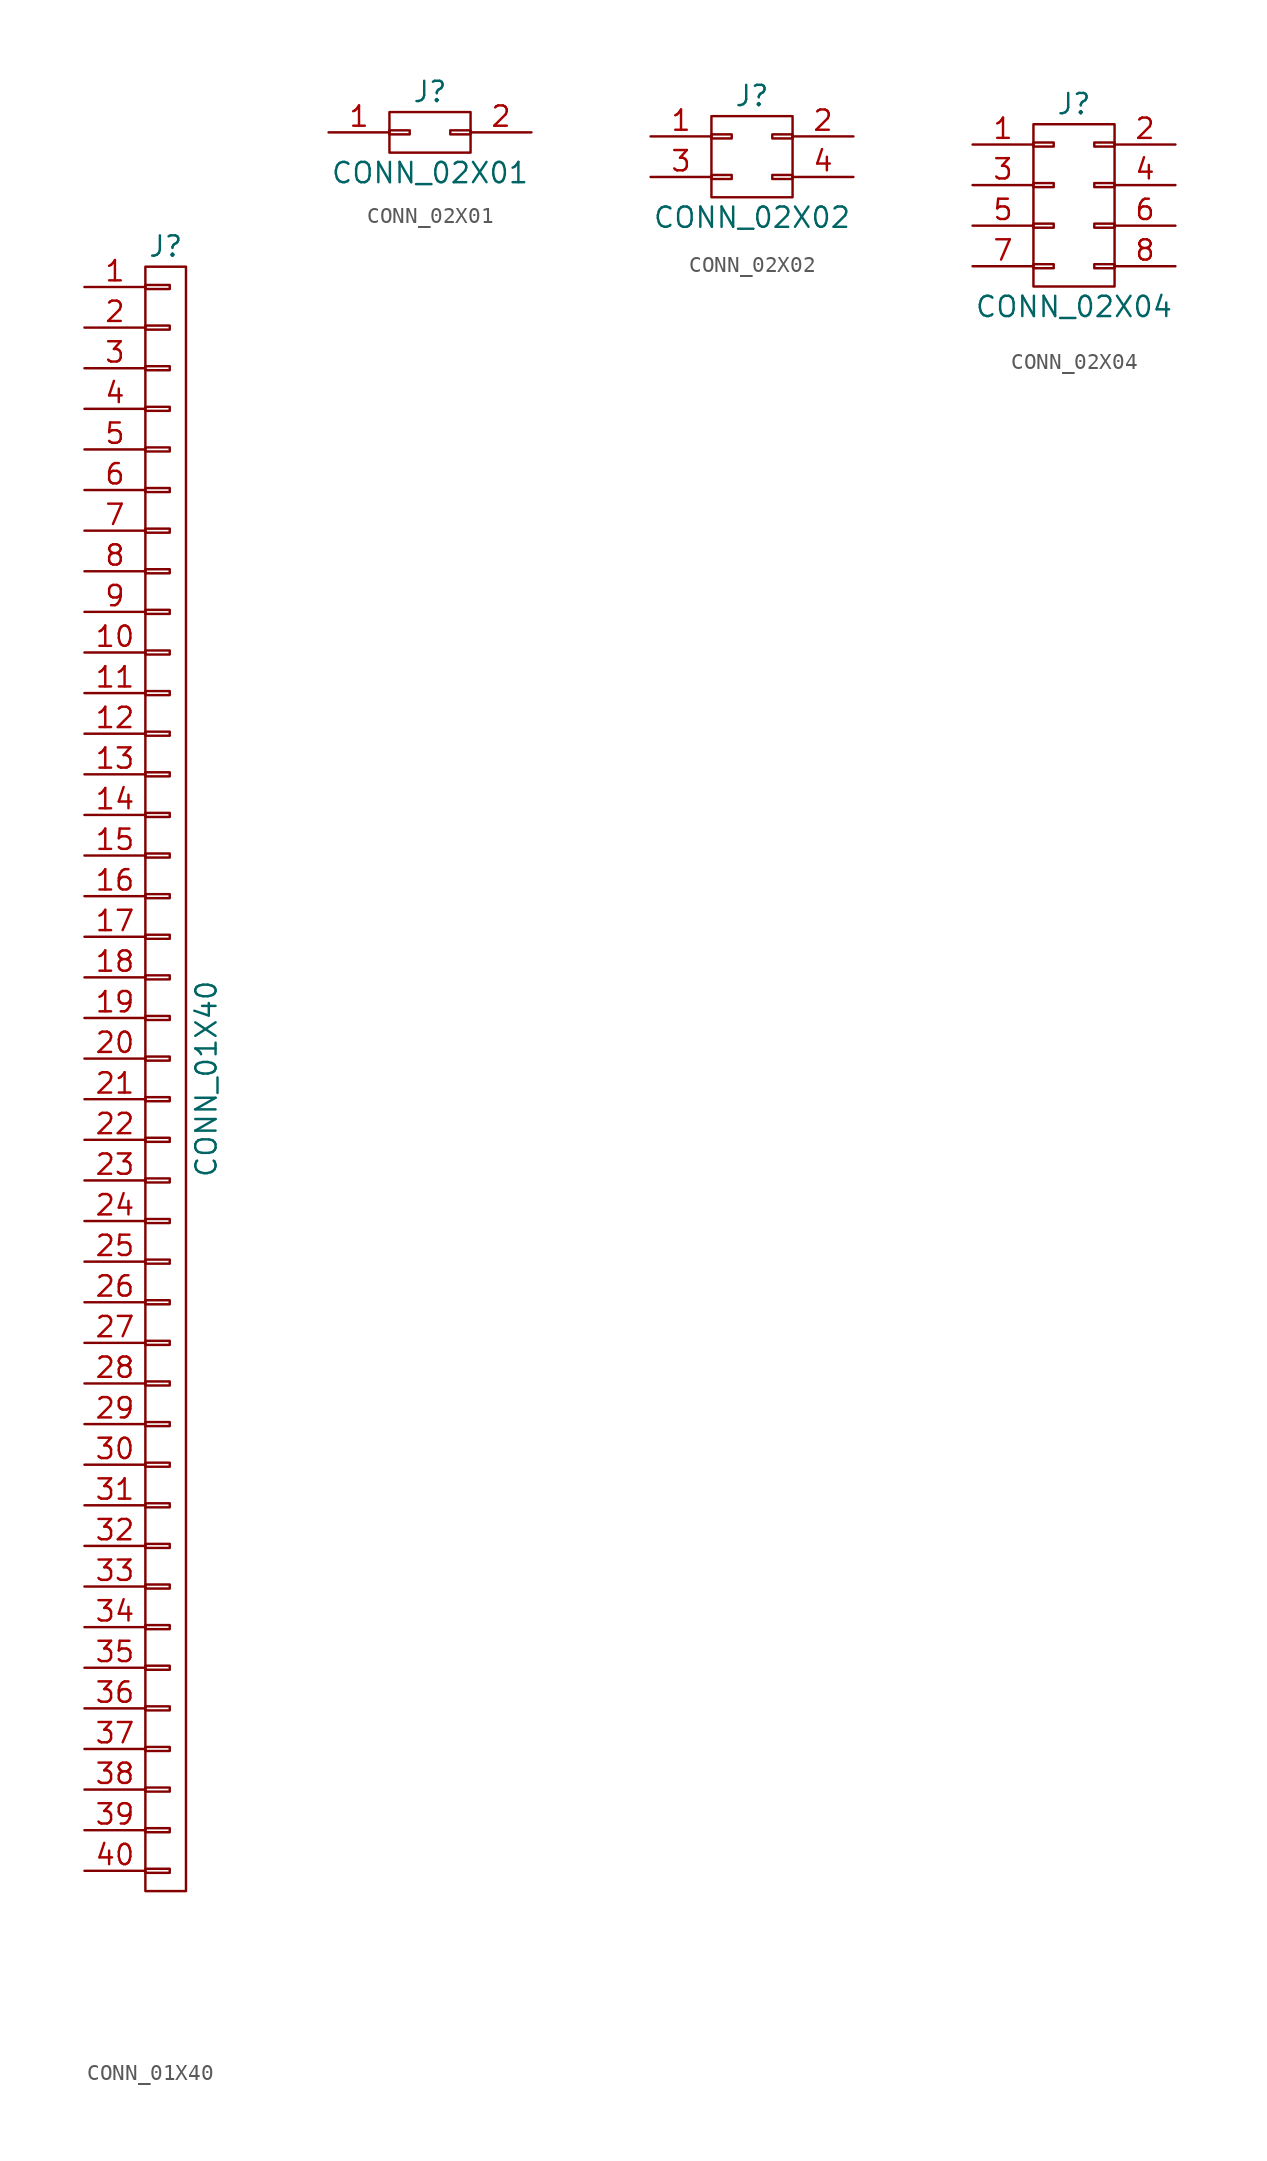
<source format=kicad_sym>
(kicad_symbol_lib
  (version 20211014)
  (generator kicad_symbol_editor)
  (symbol "CONN_01X40"
    (pin_names
      (offset 1.016) hide)
    (property "Reference" "J"
      (at 0 52.07 0)
      (effects (font (size 1.27 1.27))))
    (property "Value" "CONN_01X40"
      (at 2.54 0 90)
      (effects (font (size 1.27 1.27))))
    (symbol "CONN_01X40_0_1"
      (rectangle (start -1.27 -49.403) (end 0.254 -49.657) (stroke (width 0) (type default) (color 0 0 0 0)) (fill (type none)))
      (rectangle (start -1.27 -46.863) (end 0.254 -47.117) (stroke (width 0) (type default) (color 0 0 0 0)) (fill (type none)))
      (rectangle (start -1.27 -44.323) (end 0.254 -44.577) (stroke (width 0) (type default) (color 0 0 0 0)) (fill (type none)))
      (rectangle (start -1.27 -41.783) (end 0.254 -42.037) (stroke (width 0) (type default) (color 0 0 0 0)) (fill (type none)))
      (rectangle (start -1.27 -39.243) (end 0.254 -39.497) (stroke (width 0) (type default) (color 0 0 0 0)) (fill (type none)))
      (rectangle (start -1.27 -36.703) (end 0.254 -36.957) (stroke (width 0) (type default) (color 0 0 0 0)) (fill (type none)))
      (rectangle (start -1.27 -34.163) (end 0.254 -34.417) (stroke (width 0) (type default) (color 0 0 0 0)) (fill (type none)))
      (rectangle (start -1.27 -31.623) (end 0.254 -31.877) (stroke (width 0) (type default) (color 0 0 0 0)) (fill (type none)))
      (rectangle (start -1.27 -29.083) (end 0.254 -29.337) (stroke (width 0) (type default) (color 0 0 0 0)) (fill (type none)))
      (rectangle (start -1.27 -26.543) (end 0.254 -26.797) (stroke (width 0) (type default) (color 0 0 0 0)) (fill (type none)))
      (rectangle (start -1.27 -24.003) (end 0.254 -24.257) (stroke (width 0) (type default) (color 0 0 0 0)) (fill (type none)))
      (rectangle (start -1.27 -21.463) (end 0.254 -21.717) (stroke (width 0) (type default) (color 0 0 0 0)) (fill (type none)))
      (rectangle (start -1.27 -18.923) (end 0.254 -19.177) (stroke (width 0) (type default) (color 0 0 0 0)) (fill (type none)))
      (rectangle (start -1.27 -16.383) (end 0.254 -16.637) (stroke (width 0) (type default) (color 0 0 0 0)) (fill (type none)))
      (rectangle (start -1.27 -13.843) (end 0.254 -14.097) (stroke (width 0) (type default) (color 0 0 0 0)) (fill (type none)))
      (rectangle (start -1.27 -11.303) (end 0.254 -11.557) (stroke (width 0) (type default) (color 0 0 0 0)) (fill (type none)))
      (rectangle (start -1.27 -8.763) (end 0.254 -9.017) (stroke (width 0) (type default) (color 0 0 0 0)) (fill (type none)))
      (rectangle (start -1.27 -6.223) (end 0.254 -6.477) (stroke (width 0) (type default) (color 0 0 0 0)) (fill (type none)))
      (rectangle (start -1.27 -3.683) (end 0.254 -3.937) (stroke (width 0) (type default) (color 0 0 0 0)) (fill (type none)))
      (rectangle (start -1.27 -1.143) (end 0.254 -1.397) (stroke (width 0) (type default) (color 0 0 0 0)) (fill (type none)))
      (rectangle (start -1.27 1.397) (end 0.254 1.143) (stroke (width 0) (type default) (color 0 0 0 0)) (fill (type none)))
      (rectangle (start -1.27 3.937) (end 0.254 3.683) (stroke (width 0) (type default) (color 0 0 0 0)) (fill (type none)))
      (rectangle (start -1.27 6.477) (end 0.254 6.223) (stroke (width 0) (type default) (color 0 0 0 0)) (fill (type none)))
      (rectangle (start -1.27 9.017) (end 0.254 8.763) (stroke (width 0) (type default) (color 0 0 0 0)) (fill (type none)))
      (rectangle (start -1.27 11.557) (end 0.254 11.303) (stroke (width 0) (type default) (color 0 0 0 0)) (fill (type none)))
      (rectangle (start -1.27 14.097) (end 0.254 13.843) (stroke (width 0) (type default) (color 0 0 0 0)) (fill (type none)))
      (rectangle (start -1.27 16.637) (end 0.254 16.383) (stroke (width 0) (type default) (color 0 0 0 0)) (fill (type none)))
      (rectangle (start -1.27 19.177) (end 0.254 18.923) (stroke (width 0) (type default) (color 0 0 0 0)) (fill (type none)))
      (rectangle (start -1.27 21.717) (end 0.254 21.463) (stroke (width 0) (type default) (color 0 0 0 0)) (fill (type none)))
      (rectangle (start -1.27 24.257) (end 0.254 24.003) (stroke (width 0) (type default) (color 0 0 0 0)) (fill (type none)))
      (rectangle (start -1.27 26.797) (end 0.254 26.543) (stroke (width 0) (type default) (color 0 0 0 0)) (fill (type none)))
      (rectangle (start -1.27 29.337) (end 0.254 29.083) (stroke (width 0) (type default) (color 0 0 0 0)) (fill (type none)))
      (rectangle (start -1.27 31.877) (end 0.254 31.623) (stroke (width 0) (type default) (color 0 0 0 0)) (fill (type none)))
      (rectangle (start -1.27 34.417) (end 0.254 34.163) (stroke (width 0) (type default) (color 0 0 0 0)) (fill (type none)))
      (rectangle (start -1.27 36.957) (end 0.254 36.703) (stroke (width 0) (type default) (color 0 0 0 0)) (fill (type none)))
      (rectangle (start -1.27 39.497) (end 0.254 39.243) (stroke (width 0) (type default) (color 0 0 0 0)) (fill (type none)))
      (rectangle (start -1.27 42.037) (end 0.254 41.783) (stroke (width 0) (type default) (color 0 0 0 0)) (fill (type none)))
      (rectangle (start -1.27 44.577) (end 0.254 44.323) (stroke (width 0) (type default) (color 0 0 0 0)) (fill (type none)))
      (rectangle (start -1.27 47.117) (end 0.254 46.863) (stroke (width 0) (type default) (color 0 0 0 0)) (fill (type none)))
      (rectangle (start -1.27 49.657) (end 0.254 49.403) (stroke (width 0) (type default) (color 0 0 0 0)) (fill (type none)))
      (rectangle (start -1.27 50.8) (end 1.27 -50.8) (stroke (width 0) (type default) (color 0 0 0 0)) (fill (type none))))
    (symbol "CONN_01X40_1_1"
      (pin passive line (at -5.08 49.53 0) (length 3.81) (name "P1" (effects (font (size 1.27 1.27)))) (number "1" (effects (font (size 1.27 1.27)))))
      (pin passive line (at -5.08 26.67 0) (length 3.81) (name "P10" (effects (font (size 1.27 1.27)))) (number "10" (effects (font (size 1.27 1.27)))))
      (pin passive line (at -5.08 24.13 0) (length 3.81) (name "P11" (effects (font (size 1.27 1.27)))) (number "11" (effects (font (size 1.27 1.27)))))
      (pin passive line (at -5.08 21.59 0) (length 3.81) (name "P12" (effects (font (size 1.27 1.27)))) (number "12" (effects (font (size 1.27 1.27)))))
      (pin passive line (at -5.08 19.05 0) (length 3.81) (name "P13" (effects (font (size 1.27 1.27)))) (number "13" (effects (font (size 1.27 1.27)))))
      (pin passive line (at -5.08 16.51 0) (length 3.81) (name "P14" (effects (font (size 1.27 1.27)))) (number "14" (effects (font (size 1.27 1.27)))))
      (pin passive line (at -5.08 13.97 0) (length 3.81) (name "P15" (effects (font (size 1.27 1.27)))) (number "15" (effects (font (size 1.27 1.27)))))
      (pin passive line (at -5.08 11.43 0) (length 3.81) (name "P16" (effects (font (size 1.27 1.27)))) (number "16" (effects (font (size 1.27 1.27)))))
      (pin passive line (at -5.08 8.89 0) (length 3.81) (name "P17" (effects (font (size 1.27 1.27)))) (number "17" (effects (font (size 1.27 1.27)))))
      (pin passive line (at -5.08 6.35 0) (length 3.81) (name "P18" (effects (font (size 1.27 1.27)))) (number "18" (effects (font (size 1.27 1.27)))))
      (pin passive line (at -5.08 3.81 0) (length 3.81) (name "P19" (effects (font (size 1.27 1.27)))) (number "19" (effects (font (size 1.27 1.27)))))
      (pin passive line (at -5.08 46.99 0) (length 3.81) (name "P2" (effects (font (size 1.27 1.27)))) (number "2" (effects (font (size 1.27 1.27)))))
      (pin passive line (at -5.08 1.27 0) (length 3.81) (name "P20" (effects (font (size 1.27 1.27)))) (number "20" (effects (font (size 1.27 1.27)))))
      (pin passive line (at -5.08 -1.27 0) (length 3.81) (name "P21" (effects (font (size 1.27 1.27)))) (number "21" (effects (font (size 1.27 1.27)))))
      (pin passive line (at -5.08 -3.81 0) (length 3.81) (name "P22" (effects (font (size 1.27 1.27)))) (number "22" (effects (font (size 1.27 1.27)))))
      (pin passive line (at -5.08 -6.35 0) (length 3.81) (name "P23" (effects (font (size 1.27 1.27)))) (number "23" (effects (font (size 1.27 1.27)))))
      (pin passive line (at -5.08 -8.89 0) (length 3.81) (name "P24" (effects (font (size 1.27 1.27)))) (number "24" (effects (font (size 1.27 1.27)))))
      (pin passive line (at -5.08 -11.43 0) (length 3.81) (name "P25" (effects (font (size 1.27 1.27)))) (number "25" (effects (font (size 1.27 1.27)))))
      (pin passive line (at -5.08 -13.97 0) (length 3.81) (name "P26" (effects (font (size 1.27 1.27)))) (number "26" (effects (font (size 1.27 1.27)))))
      (pin passive line (at -5.08 -16.51 0) (length 3.81) (name "P27" (effects (font (size 1.27 1.27)))) (number "27" (effects (font (size 1.27 1.27)))))
      (pin passive line (at -5.08 -19.05 0) (length 3.81) (name "P28" (effects (font (size 1.27 1.27)))) (number "28" (effects (font (size 1.27 1.27)))))
      (pin passive line (at -5.08 -21.59 0) (length 3.81) (name "P29" (effects (font (size 1.27 1.27)))) (number "29" (effects (font (size 1.27 1.27)))))
      (pin passive line (at -5.08 44.45 0) (length 3.81) (name "P3" (effects (font (size 1.27 1.27)))) (number "3" (effects (font (size 1.27 1.27)))))
      (pin passive line (at -5.08 -24.13 0) (length 3.81) (name "P30" (effects (font (size 1.27 1.27)))) (number "30" (effects (font (size 1.27 1.27)))))
      (pin passive line (at -5.08 -26.67 0) (length 3.81) (name "P31" (effects (font (size 1.27 1.27)))) (number "31" (effects (font (size 1.27 1.27)))))
      (pin passive line (at -5.08 -29.21 0) (length 3.81) (name "P32" (effects (font (size 1.27 1.27)))) (number "32" (effects (font (size 1.27 1.27)))))
      (pin passive line (at -5.08 -31.75 0) (length 3.81) (name "P33" (effects (font (size 1.27 1.27)))) (number "33" (effects (font (size 1.27 1.27)))))
      (pin passive line (at -5.08 -34.29 0) (length 3.81) (name "P34" (effects (font (size 1.27 1.27)))) (number "34" (effects (font (size 1.27 1.27)))))
      (pin passive line (at -5.08 -36.83 0) (length 3.81) (name "P35" (effects (font (size 1.27 1.27)))) (number "35" (effects (font (size 1.27 1.27)))))
      (pin passive line (at -5.08 -39.37 0) (length 3.81) (name "P36" (effects (font (size 1.27 1.27)))) (number "36" (effects (font (size 1.27 1.27)))))
      (pin passive line (at -5.08 -41.91 0) (length 3.81) (name "P37" (effects (font (size 1.27 1.27)))) (number "37" (effects (font (size 1.27 1.27)))))
      (pin passive line (at -5.08 -44.45 0) (length 3.81) (name "P38" (effects (font (size 1.27 1.27)))) (number "38" (effects (font (size 1.27 1.27)))))
      (pin passive line (at -5.08 -46.99 0) (length 3.81) (name "P39" (effects (font (size 1.27 1.27)))) (number "39" (effects (font (size 1.27 1.27)))))
      (pin passive line (at -5.08 41.91 0) (length 3.81) (name "P4" (effects (font (size 1.27 1.27)))) (number "4" (effects (font (size 1.27 1.27)))))
      (pin passive line (at -5.08 -49.53 0) (length 3.81) (name "P40" (effects (font (size 1.27 1.27)))) (number "40" (effects (font (size 1.27 1.27)))))
      (pin passive line (at -5.08 39.37 0) (length 3.81) (name "P5" (effects (font (size 1.27 1.27)))) (number "5" (effects (font (size 1.27 1.27)))))
      (pin passive line (at -5.08 36.83 0) (length 3.81) (name "P6" (effects (font (size 1.27 1.27)))) (number "6" (effects (font (size 1.27 1.27)))))
      (pin passive line (at -5.08 34.29 0) (length 3.81) (name "P7" (effects (font (size 1.27 1.27)))) (number "7" (effects (font (size 1.27 1.27)))))
      (pin passive line (at -5.08 31.75 0) (length 3.81) (name "P8" (effects (font (size 1.27 1.27)))) (number "8" (effects (font (size 1.27 1.27)))))
      (pin passive line (at -5.08 29.21 0) (length 3.81) (name "P9" (effects (font (size 1.27 1.27)))) (number "9" (effects (font (size 1.27 1.27)))))))
  (symbol "CONN_02X01"
    (pin_names
      (offset 0.025) hide)
    (property "Reference" "J"
      (at 0 2.54 0)
      (effects (font (size 1.27 1.27))))
    (property "Value" "CONN_02X01"
      (at 0 -2.54 0)
      (effects (font (size 1.27 1.27))))
    (symbol "CONN_02X01_0_1"
      (rectangle (start -2.54 0.127) (end -1.27 -0.127) (stroke (width 0) (type default) (color 0 0 0 0)) (fill (type none)))
      (rectangle (start -2.54 1.27) (end 2.54 -1.27) (stroke (width 0) (type default) (color 0 0 0 0)) (fill (type none)))
      (rectangle (start 1.27 0.127) (end 2.54 -0.127) (stroke (width 0) (type default) (color 0 0 0 0)) (fill (type none))))
    (symbol "CONN_02X01_1_1"
      (pin passive line (at -6.35 0 0) (length 3.81) (name "P1" (effects (font (size 1.27 1.27)))) (number "1" (effects (font (size 1.27 1.27)))))
      (pin passive line (at 6.35 0 180) (length 3.81) (name "P2" (effects (font (size 1.27 1.27)))) (number "2" (effects (font (size 1.27 1.27)))))))
  (symbol "CONN_02X02"
    (pin_names
      (offset 0.025) hide)
    (property "Reference" "J"
      (at 0 3.81 0)
      (effects (font (size 1.27 1.27))))
    (property "Value" "CONN_02X02"
      (at 0 -3.81 0)
      (effects (font (size 1.27 1.27))))
    (symbol "CONN_02X02_0_1"
      (rectangle (start -2.54 -1.143) (end -1.27 -1.397) (stroke (width 0) (type default) (color 0 0 0 0)) (fill (type none)))
      (rectangle (start -2.54 1.397) (end -1.27 1.143) (stroke (width 0) (type default) (color 0 0 0 0)) (fill (type none)))
      (rectangle (start -2.54 2.54) (end 2.54 -2.54) (stroke (width 0) (type default) (color 0 0 0 0)) (fill (type none)))
      (rectangle (start 1.27 -1.143) (end 2.54 -1.397) (stroke (width 0) (type default) (color 0 0 0 0)) (fill (type none)))
      (rectangle (start 1.27 1.397) (end 2.54 1.143) (stroke (width 0) (type default) (color 0 0 0 0)) (fill (type none))))
    (symbol "CONN_02X02_1_1"
      (pin passive line (at -6.35 1.27 0) (length 3.81) (name "P1" (effects (font (size 1.27 1.27)))) (number "1" (effects (font (size 1.27 1.27)))))
      (pin passive line (at 6.35 1.27 180) (length 3.81) (name "P2" (effects (font (size 1.27 1.27)))) (number "2" (effects (font (size 1.27 1.27)))))
      (pin passive line (at -6.35 -1.27 0) (length 3.81) (name "P3" (effects (font (size 1.27 1.27)))) (number "3" (effects (font (size 1.27 1.27)))))
      (pin passive line (at 6.35 -1.27 180) (length 3.81) (name "P4" (effects (font (size 1.27 1.27)))) (number "4" (effects (font (size 1.27 1.27)))))))
  (symbol "CONN_02X04"
    (pin_names
      (offset 0.025) hide)
    (property "Reference" "J"
      (at 0 6.35 0)
      (effects (font (size 1.27 1.27))))
    (property "Value" "CONN_02X04"
      (at 0 -6.35 0)
      (effects (font (size 1.27 1.27))))
    (symbol "CONN_02X04_0_1"
      (rectangle (start -2.54 -3.683) (end -1.27 -3.937) (stroke (width 0) (type default) (color 0 0 0 0)) (fill (type none)))
      (rectangle (start -2.54 -1.143) (end -1.27 -1.397) (stroke (width 0) (type default) (color 0 0 0 0)) (fill (type none)))
      (rectangle (start -2.54 1.397) (end -1.27 1.143) (stroke (width 0) (type default) (color 0 0 0 0)) (fill (type none)))
      (rectangle (start -2.54 3.937) (end -1.27 3.683) (stroke (width 0) (type default) (color 0 0 0 0)) (fill (type none)))
      (rectangle (start -2.54 5.08) (end 2.54 -5.08) (stroke (width 0) (type default) (color 0 0 0 0)) (fill (type none)))
      (rectangle (start 1.27 -3.683) (end 2.54 -3.937) (stroke (width 0) (type default) (color 0 0 0 0)) (fill (type none)))
      (rectangle (start 1.27 -1.143) (end 2.54 -1.397) (stroke (width 0) (type default) (color 0 0 0 0)) (fill (type none)))
      (rectangle (start 1.27 1.397) (end 2.54 1.143) (stroke (width 0) (type default) (color 0 0 0 0)) (fill (type none)))
      (rectangle (start 1.27 3.937) (end 2.54 3.683) (stroke (width 0) (type default) (color 0 0 0 0)) (fill (type none))))
    (symbol "CONN_02X04_1_1"
      (pin passive line (at -6.35 3.81 0) (length 3.81) (name "P1" (effects (font (size 1.27 1.27)))) (number "1" (effects (font (size 1.27 1.27)))))
      (pin passive line (at 6.35 3.81 180) (length 3.81) (name "P2" (effects (font (size 1.27 1.27)))) (number "2" (effects (font (size 1.27 1.27)))))
      (pin passive line (at -6.35 1.27 0) (length 3.81) (name "P3" (effects (font (size 1.27 1.27)))) (number "3" (effects (font (size 1.27 1.27)))))
      (pin passive line (at 6.35 1.27 180) (length 3.81) (name "P4" (effects (font (size 1.27 1.27)))) (number "4" (effects (font (size 1.27 1.27)))))
      (pin passive line (at -6.35 -1.27 0) (length 3.81) (name "P5" (effects (font (size 1.27 1.27)))) (number "5" (effects (font (size 1.27 1.27)))))
      (pin passive line (at 6.35 -1.27 180) (length 3.81) (name "P6" (effects (font (size 1.27 1.27)))) (number "6" (effects (font (size 1.27 1.27)))))
      (pin passive line (at -6.35 -3.81 0) (length 3.81) (name "P7" (effects (font (size 1.27 1.27)))) (number "7" (effects (font (size 1.27 1.27)))))
      (pin passive line (at 6.35 -3.81 180) (length 3.81) (name "P8" (effects (font (size 1.27 1.27)))) (number "8" (effects (font (size 1.27 1.27))))))))
</source>
